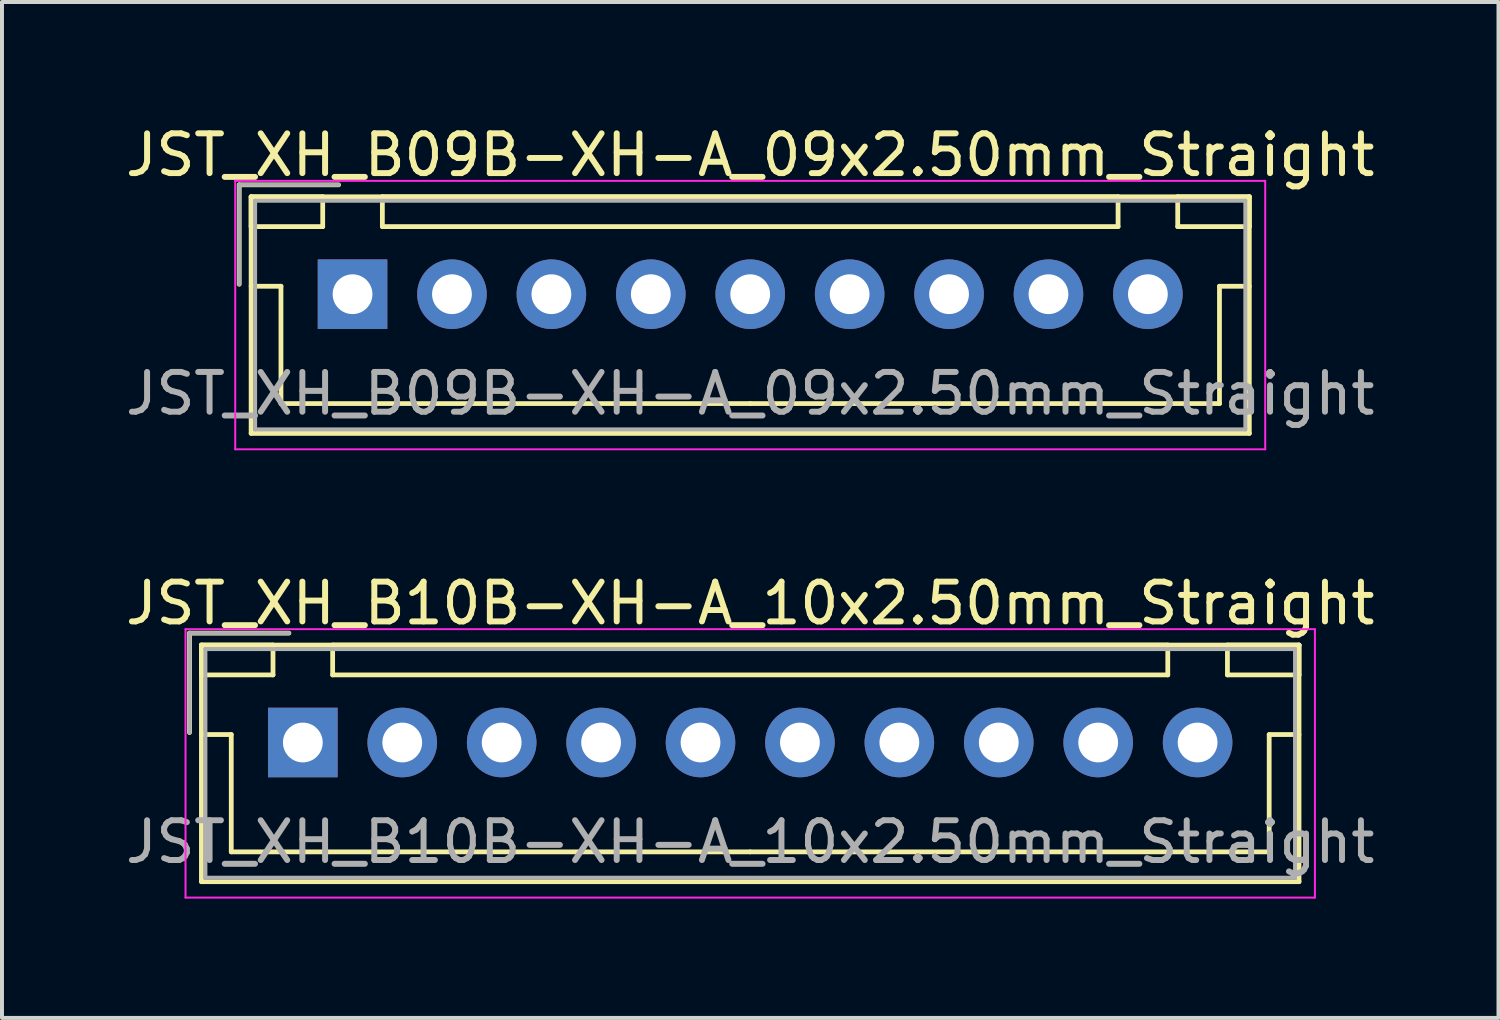
<source format=kicad_pcb>
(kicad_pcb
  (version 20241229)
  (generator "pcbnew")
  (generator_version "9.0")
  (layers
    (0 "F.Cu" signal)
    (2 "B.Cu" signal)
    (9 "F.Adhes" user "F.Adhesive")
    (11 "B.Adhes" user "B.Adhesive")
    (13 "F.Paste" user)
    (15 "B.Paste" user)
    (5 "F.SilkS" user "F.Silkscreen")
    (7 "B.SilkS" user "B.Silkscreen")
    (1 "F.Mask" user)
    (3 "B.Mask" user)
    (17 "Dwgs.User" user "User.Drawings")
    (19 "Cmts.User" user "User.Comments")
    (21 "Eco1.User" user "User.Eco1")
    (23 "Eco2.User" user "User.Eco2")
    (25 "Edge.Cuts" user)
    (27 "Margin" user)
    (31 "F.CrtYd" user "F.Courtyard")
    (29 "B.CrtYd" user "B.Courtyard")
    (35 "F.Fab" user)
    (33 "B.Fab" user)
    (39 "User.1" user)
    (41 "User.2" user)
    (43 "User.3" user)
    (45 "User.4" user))
  (footprint "JST_XH_B10B-XH-A_10x2.50mm_Straight"
    (layer "F.Cu")
    (at 4.565 15.621)
    (property "Reference" "JST_XH_B10B-XH-A_10x2.50mm_Straight" (at 11.25 -3.5 0) (layer "F.SilkS") (effects (font (size 1 1) (thickness 0.15))))
    (attr through_hole)
    (fp_line (start -2.85 -2.75) (end -2.85 -0.25) (stroke (width 0.12) (type solid)) (layer "F.SilkS"))
    (fp_line (start -2.55 -2.45) (end -2.55 -1.7) (stroke (width 0.12) (type solid)) (layer "F.SilkS"))
    (fp_line (start -2.55 -2.45) (end -2.55 3.5) (stroke (width 0.12) (type solid)) (layer "F.SilkS"))
    (fp_line (start -2.55 -1.7) (end -0.75 -1.7) (stroke (width 0.12) (type solid)) (layer "F.SilkS"))
    (fp_line (start -2.55 -0.2) (end -1.8 -0.2) (stroke (width 0.12) (type solid)) (layer "F.SilkS"))
    (fp_line (start -2.55 3.5) (end 25.05 3.5) (stroke (width 0.12) (type solid)) (layer "F.SilkS"))
    (fp_line (start -1.8 -0.2) (end -1.8 2.75) (stroke (width 0.12) (type solid)) (layer "F.SilkS"))
    (fp_line (start -1.8 2.75) (end 11.25 2.75) (stroke (width 0.12) (type solid)) (layer "F.SilkS"))
    (fp_line (start -0.75 -2.45) (end -2.55 -2.45) (stroke (width 0.12) (type solid)) (layer "F.SilkS"))
    (fp_line (start -0.75 -1.7) (end -0.75 -2.45) (stroke (width 0.12) (type solid)) (layer "F.SilkS"))
    (fp_line (start -0.35 -2.75) (end -2.85 -2.75) (stroke (width 0.12) (type solid)) (layer "F.SilkS"))
    (fp_line (start 0.75 -2.45) (end 0.75 -1.7) (stroke (width 0.12) (type solid)) (layer "F.SilkS"))
    (fp_line (start 0.75 -1.7) (end 21.75 -1.7) (stroke (width 0.12) (type solid)) (layer "F.SilkS"))
    (fp_line (start 21.75 -2.45) (end 0.75 -2.45) (stroke (width 0.12) (type solid)) (layer "F.SilkS"))
    (fp_line (start 21.75 -1.7) (end 21.75 -2.45) (stroke (width 0.12) (type solid)) (layer "F.SilkS"))
    (fp_line (start 23.25 -2.45) (end 23.25 -1.7) (stroke (width 0.12) (type solid)) (layer "F.SilkS"))
    (fp_line (start 23.25 -1.7) (end 25.05 -1.7) (stroke (width 0.12) (type solid)) (layer "F.SilkS"))
    (fp_line (start 24.3 -0.2) (end 24.3 2.75) (stroke (width 0.12) (type solid)) (layer "F.SilkS"))
    (fp_line (start 24.3 2.75) (end 11.25 2.75) (stroke (width 0.12) (type solid)) (layer "F.SilkS"))
    (fp_line (start 25.05 -2.45) (end -2.55 -2.45) (stroke (width 0.12) (type solid)) (layer "F.SilkS"))
    (fp_line (start 25.05 -2.45) (end 23.25 -2.45) (stroke (width 0.12) (type solid)) (layer "F.SilkS"))
    (fp_line (start 25.05 -1.7) (end 25.05 -2.45) (stroke (width 0.12) (type solid)) (layer "F.SilkS"))
    (fp_line (start 25.05 -0.2) (end 24.3 -0.2) (stroke (width 0.12) (type solid)) (layer "F.SilkS"))
    (fp_line (start 25.05 3.5) (end 25.05 -2.45) (stroke (width 0.12) (type solid)) (layer "F.SilkS"))
    (fp_line (start -2.95 -2.85) (end -2.95 3.9) (stroke (width 0.05) (type solid)) (layer "F.CrtYd"))
    (fp_line (start -2.95 3.9) (end 25.45 3.9) (stroke (width 0.05) (type solid)) (layer "F.CrtYd"))
    (fp_line (start 25.45 -2.85) (end -2.95 -2.85) (stroke (width 0.05) (type solid)) (layer "F.CrtYd"))
    (fp_line (start 25.45 3.9) (end 25.45 -2.85) (stroke (width 0.05) (type solid)) (layer "F.CrtYd"))
    (fp_line (start -2.85 -2.75) (end -2.85 -0.25) (stroke (width 0.1) (type solid)) (layer "F.Fab"))
    (fp_line (start -2.45 -2.35) (end -2.45 3.4) (stroke (width 0.1) (type solid)) (layer "F.Fab"))
    (fp_line (start -2.45 3.4) (end 24.95 3.4) (stroke (width 0.1) (type solid)) (layer "F.Fab"))
    (fp_line (start -0.35 -2.75) (end -2.85 -2.75) (stroke (width 0.1) (type solid)) (layer "F.Fab"))
    (fp_line (start 24.95 -2.35) (end -2.45 -2.35) (stroke (width 0.1) (type solid)) (layer "F.Fab"))
    (fp_line (start 24.95 3.4) (end 24.95 -2.35) (stroke (width 0.1) (type solid)) (layer "F.Fab"))
    (fp_text user "${REFERENCE}" (at 11.25 2.5 0) (layer "F.Fab") (effects (font (size 1 1) (thickness 0.15))))
    (pad "1" thru_hole rect (at 0 0) (size 1.75 1.75) (drill 1) (layers "*.Cu" "*.Mask"))
    (pad "2" thru_hole circle (at 2.5 0) (size 1.75 1.75) (drill 1) (layers "*.Cu" "*.Mask"))
    (pad "3" thru_hole circle (at 5 0) (size 1.75 1.75) (drill 1) (layers "*.Cu" "*.Mask"))
    (pad "4" thru_hole circle (at 7.5 0) (size 1.75 1.75) (drill 1) (layers "*.Cu" "*.Mask"))
    (pad "5" thru_hole circle (at 10 0) (size 1.75 1.75) (drill 1) (layers "*.Cu" "*.Mask"))
    (pad "6" thru_hole circle (at 12.5 0) (size 1.75 1.75) (drill 1) (layers "*.Cu" "*.Mask"))
    (pad "7" thru_hole circle (at 15 0) (size 1.75 1.75) (drill 1) (layers "*.Cu" "*.Mask"))
    (pad "8" thru_hole circle (at 17.5 0) (size 1.75 1.75) (drill 1) (layers "*.Cu" "*.Mask"))
    (pad "9" thru_hole circle (at 20 0) (size 1.75 1.75) (drill 1) (layers "*.Cu" "*.Mask"))
    (pad "10" thru_hole circle (at 22.5 0) (size 1.75 1.75) (drill 1) (layers "*.Cu" "*.Mask")))
  (footprint "JST_XH_B09B-XH-A_09x2.50mm_Straight"
    (layer "F.Cu")
    (at 5.815 4.348)
    (property "Reference" "JST_XH_B09B-XH-A_09x2.50mm_Straight" (at 10 -3.5 0) (layer "F.SilkS") (effects (font (size 1 1) (thickness 0.15))))
    (attr through_hole)
    (fp_line (start -2.85 -2.75) (end -2.85 -0.25) (stroke (width 0.12) (type solid)) (layer "F.SilkS"))
    (fp_line (start -2.55 -2.45) (end -2.55 -1.7) (stroke (width 0.12) (type solid)) (layer "F.SilkS"))
    (fp_line (start -2.55 -2.45) (end -2.55 3.5) (stroke (width 0.12) (type solid)) (layer "F.SilkS"))
    (fp_line (start -2.55 -1.7) (end -0.75 -1.7) (stroke (width 0.12) (type solid)) (layer "F.SilkS"))
    (fp_line (start -2.55 -0.2) (end -1.8 -0.2) (stroke (width 0.12) (type solid)) (layer "F.SilkS"))
    (fp_line (start -2.55 3.5) (end 22.55 3.5) (stroke (width 0.12) (type solid)) (layer "F.SilkS"))
    (fp_line (start -1.8 -0.2) (end -1.8 2.75) (stroke (width 0.12) (type solid)) (layer "F.SilkS"))
    (fp_line (start -1.8 2.75) (end 10 2.75) (stroke (width 0.12) (type solid)) (layer "F.SilkS"))
    (fp_line (start -0.75 -2.45) (end -2.55 -2.45) (stroke (width 0.12) (type solid)) (layer "F.SilkS"))
    (fp_line (start -0.75 -1.7) (end -0.75 -2.45) (stroke (width 0.12) (type solid)) (layer "F.SilkS"))
    (fp_line (start -0.35 -2.75) (end -2.85 -2.75) (stroke (width 0.12) (type solid)) (layer "F.SilkS"))
    (fp_line (start 0.75 -2.45) (end 0.75 -1.7) (stroke (width 0.12) (type solid)) (layer "F.SilkS"))
    (fp_line (start 0.75 -1.7) (end 19.25 -1.7) (stroke (width 0.12) (type solid)) (layer "F.SilkS"))
    (fp_line (start 19.25 -2.45) (end 0.75 -2.45) (stroke (width 0.12) (type solid)) (layer "F.SilkS"))
    (fp_line (start 19.25 -1.7) (end 19.25 -2.45) (stroke (width 0.12) (type solid)) (layer "F.SilkS"))
    (fp_line (start 20.75 -2.45) (end 20.75 -1.7) (stroke (width 0.12) (type solid)) (layer "F.SilkS"))
    (fp_line (start 20.75 -1.7) (end 22.55 -1.7) (stroke (width 0.12) (type solid)) (layer "F.SilkS"))
    (fp_line (start 21.8 -0.2) (end 21.8 2.75) (stroke (width 0.12) (type solid)) (layer "F.SilkS"))
    (fp_line (start 21.8 2.75) (end 10 2.75) (stroke (width 0.12) (type solid)) (layer "F.SilkS"))
    (fp_line (start 22.55 -2.45) (end -2.55 -2.45) (stroke (width 0.12) (type solid)) (layer "F.SilkS"))
    (fp_line (start 22.55 -2.45) (end 20.75 -2.45) (stroke (width 0.12) (type solid)) (layer "F.SilkS"))
    (fp_line (start 22.55 -1.7) (end 22.55 -2.45) (stroke (width 0.12) (type solid)) (layer "F.SilkS"))
    (fp_line (start 22.55 -0.2) (end 21.8 -0.2) (stroke (width 0.12) (type solid)) (layer "F.SilkS"))
    (fp_line (start 22.55 3.5) (end 22.55 -2.45) (stroke (width 0.12) (type solid)) (layer "F.SilkS"))
    (fp_line (start -2.95 -2.85) (end -2.95 3.9) (stroke (width 0.05) (type solid)) (layer "F.CrtYd"))
    (fp_line (start -2.95 3.9) (end 22.95 3.9) (stroke (width 0.05) (type solid)) (layer "F.CrtYd"))
    (fp_line (start 22.95 -2.85) (end -2.95 -2.85) (stroke (width 0.05) (type solid)) (layer "F.CrtYd"))
    (fp_line (start 22.95 3.9) (end 22.95 -2.85) (stroke (width 0.05) (type solid)) (layer "F.CrtYd"))
    (fp_line (start -2.85 -2.75) (end -2.85 -0.25) (stroke (width 0.1) (type solid)) (layer "F.Fab"))
    (fp_line (start -2.45 -2.35) (end -2.45 3.4) (stroke (width 0.1) (type solid)) (layer "F.Fab"))
    (fp_line (start -2.45 3.4) (end 22.45 3.4) (stroke (width 0.1) (type solid)) (layer "F.Fab"))
    (fp_line (start -0.35 -2.75) (end -2.85 -2.75) (stroke (width 0.1) (type solid)) (layer "F.Fab"))
    (fp_line (start 22.45 -2.35) (end -2.45 -2.35) (stroke (width 0.1) (type solid)) (layer "F.Fab"))
    (fp_line (start 22.45 3.4) (end 22.45 -2.35) (stroke (width 0.1) (type solid)) (layer "F.Fab"))
    (fp_text user "${REFERENCE}" (at 10 2.5 0) (layer "F.Fab") (effects (font (size 1 1) (thickness 0.15))))
    (pad "1" thru_hole rect (at 0 0) (size 1.75 1.75) (drill 1) (layers "*.Cu" "*.Mask"))
    (pad "2" thru_hole circle (at 2.5 0) (size 1.75 1.75) (drill 1) (layers "*.Cu" "*.Mask"))
    (pad "3" thru_hole circle (at 5 0) (size 1.75 1.75) (drill 1) (layers "*.Cu" "*.Mask"))
    (pad "4" thru_hole circle (at 7.5 0) (size 1.75 1.75) (drill 1) (layers "*.Cu" "*.Mask"))
    (pad "5" thru_hole circle (at 10 0) (size 1.75 1.75) (drill 1) (layers "*.Cu" "*.Mask"))
    (pad "6" thru_hole circle (at 12.5 0) (size 1.75 1.75) (drill 1) (layers "*.Cu" "*.Mask"))
    (pad "7" thru_hole circle (at 15 0) (size 1.75 1.75) (drill 1) (layers "*.Cu" "*.Mask"))
    (pad "8" thru_hole circle (at 17.5 0) (size 1.75 1.75) (drill 1) (layers "*.Cu" "*.Mask"))
    (pad "9" thru_hole circle (at 20 0) (size 1.75 1.75) (drill 1) (layers "*.Cu" "*.Mask")))
  (gr_rect
    (start -3 -3)
    (end 34.631 22.547)
    (stroke (width 0.1) (type default))
    (fill no)
    (layer "Edge.Cuts")))
</source>
